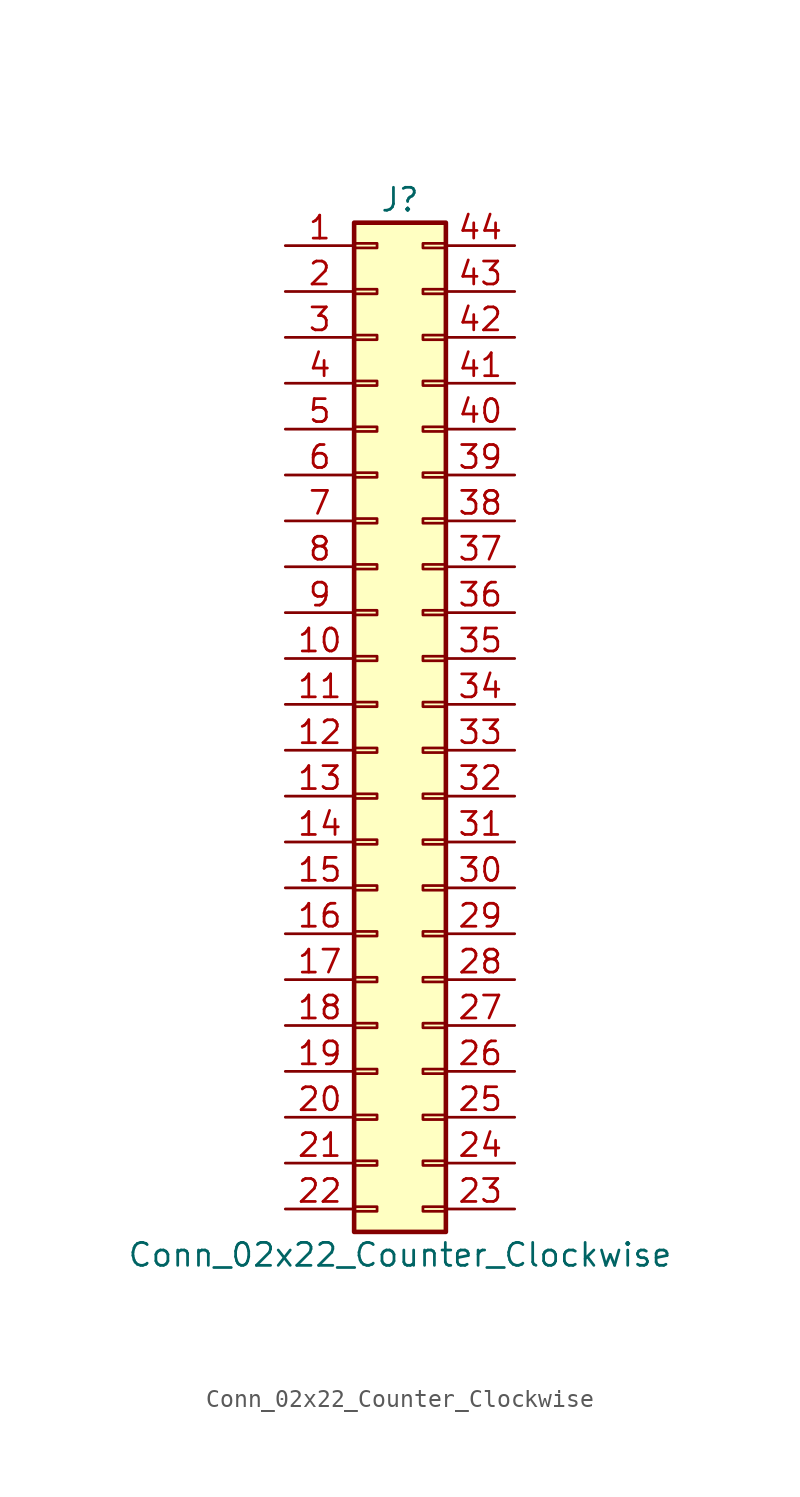
<source format=kicad_sym>
(kicad_symbol_lib
  (version 20220914)
  (generator kicad_symbol_editor)
  (symbol "Conn_02x22_Counter_Clockwise"
    (pin_names
      (offset 1.016) hide)
    (property "Reference" "J"
      (at 1.27 27.94 0)
      (effects (font (size 1.27 1.27))))
    (property "Value" "Conn_02x22_Counter_Clockwise"
      (at 1.27 -30.48 0)
      (effects (font (size 1.27 1.27))))
    (symbol "Conn_02x22_Counter_Clockwise_1_1"
      (rectangle (start -1.27 -27.813) (end 0 -28.067) (stroke (width 0.152) (type solid)) (fill (type none)))
      (rectangle (start -1.27 -25.273) (end 0 -25.527) (stroke (width 0.152) (type solid)) (fill (type none)))
      (rectangle (start -1.27 -22.733) (end 0 -22.987) (stroke (width 0.152) (type solid)) (fill (type none)))
      (rectangle (start -1.27 -20.193) (end 0 -20.447) (stroke (width 0.152) (type solid)) (fill (type none)))
      (rectangle (start -1.27 -17.653) (end 0 -17.907) (stroke (width 0.152) (type solid)) (fill (type none)))
      (rectangle (start -1.27 -15.113) (end 0 -15.367) (stroke (width 0.152) (type solid)) (fill (type none)))
      (rectangle (start -1.27 -12.573) (end 0 -12.827) (stroke (width 0.152) (type solid)) (fill (type none)))
      (rectangle (start -1.27 -10.033) (end 0 -10.287) (stroke (width 0.152) (type solid)) (fill (type none)))
      (rectangle (start -1.27 -7.493) (end 0 -7.747) (stroke (width 0.152) (type solid)) (fill (type none)))
      (rectangle (start -1.27 -4.953) (end 0 -5.207) (stroke (width 0.152) (type solid)) (fill (type none)))
      (rectangle (start -1.27 -2.413) (end 0 -2.667) (stroke (width 0.152) (type solid)) (fill (type none)))
      (rectangle (start -1.27 0.127) (end 0 -0.127) (stroke (width 0.152) (type solid)) (fill (type none)))
      (rectangle (start -1.27 2.667) (end 0 2.413) (stroke (width 0.152) (type solid)) (fill (type none)))
      (rectangle (start -1.27 5.207) (end 0 4.953) (stroke (width 0.152) (type solid)) (fill (type none)))
      (rectangle (start -1.27 7.747) (end 0 7.493) (stroke (width 0.152) (type solid)) (fill (type none)))
      (rectangle (start -1.27 10.287) (end 0 10.033) (stroke (width 0.152) (type solid)) (fill (type none)))
      (rectangle (start -1.27 12.827) (end 0 12.573) (stroke (width 0.152) (type solid)) (fill (type none)))
      (rectangle (start -1.27 15.367) (end 0 15.113) (stroke (width 0.152) (type solid)) (fill (type none)))
      (rectangle (start -1.27 17.907) (end 0 17.653) (stroke (width 0.152) (type solid)) (fill (type none)))
      (rectangle (start -1.27 20.447) (end 0 20.193) (stroke (width 0.152) (type solid)) (fill (type none)))
      (rectangle (start -1.27 22.987) (end 0 22.733) (stroke (width 0.152) (type solid)) (fill (type none)))
      (rectangle (start -1.27 25.527) (end 0 25.273) (stroke (width 0.152) (type solid)) (fill (type none)))
      (rectangle (start -1.27 26.67) (end 3.81 -29.21) (stroke (width 0.254) (type solid)) (fill (type background)))
      (rectangle (start 3.81 -27.813) (end 2.54 -28.067) (stroke (width 0.152) (type solid)) (fill (type none)))
      (rectangle (start 3.81 -25.273) (end 2.54 -25.527) (stroke (width 0.152) (type solid)) (fill (type none)))
      (rectangle (start 3.81 -22.733) (end 2.54 -22.987) (stroke (width 0.152) (type solid)) (fill (type none)))
      (rectangle (start 3.81 -20.193) (end 2.54 -20.447) (stroke (width 0.152) (type solid)) (fill (type none)))
      (rectangle (start 3.81 -17.653) (end 2.54 -17.907) (stroke (width 0.152) (type solid)) (fill (type none)))
      (rectangle (start 3.81 -15.113) (end 2.54 -15.367) (stroke (width 0.152) (type solid)) (fill (type none)))
      (rectangle (start 3.81 -12.573) (end 2.54 -12.827) (stroke (width 0.152) (type solid)) (fill (type none)))
      (rectangle (start 3.81 -10.033) (end 2.54 -10.287) (stroke (width 0.152) (type solid)) (fill (type none)))
      (rectangle (start 3.81 -7.493) (end 2.54 -7.747) (stroke (width 0.152) (type solid)) (fill (type none)))
      (rectangle (start 3.81 -4.953) (end 2.54 -5.207) (stroke (width 0.152) (type solid)) (fill (type none)))
      (rectangle (start 3.81 -2.413) (end 2.54 -2.667) (stroke (width 0.152) (type solid)) (fill (type none)))
      (rectangle (start 3.81 0.127) (end 2.54 -0.127) (stroke (width 0.152) (type solid)) (fill (type none)))
      (rectangle (start 3.81 2.667) (end 2.54 2.413) (stroke (width 0.152) (type solid)) (fill (type none)))
      (rectangle (start 3.81 5.207) (end 2.54 4.953) (stroke (width 0.152) (type solid)) (fill (type none)))
      (rectangle (start 3.81 7.747) (end 2.54 7.493) (stroke (width 0.152) (type solid)) (fill (type none)))
      (rectangle (start 3.81 10.287) (end 2.54 10.033) (stroke (width 0.152) (type solid)) (fill (type none)))
      (rectangle (start 3.81 12.827) (end 2.54 12.573) (stroke (width 0.152) (type solid)) (fill (type none)))
      (rectangle (start 3.81 15.367) (end 2.54 15.113) (stroke (width 0.152) (type solid)) (fill (type none)))
      (rectangle (start 3.81 17.907) (end 2.54 17.653) (stroke (width 0.152) (type solid)) (fill (type none)))
      (rectangle (start 3.81 20.447) (end 2.54 20.193) (stroke (width 0.152) (type solid)) (fill (type none)))
      (rectangle (start 3.81 22.987) (end 2.54 22.733) (stroke (width 0.152) (type solid)) (fill (type none)))
      (rectangle (start 3.81 25.527) (end 2.54 25.273) (stroke (width 0.152) (type solid)) (fill (type none)))
      (pin passive line (at -5.08 25.4 0) (length 3.81) (name "Pin_1" (effects (font (size 1.27 1.27)))) (number "1" (effects (font (size 1.27 1.27)))))
      (pin passive line (at -5.08 2.54 0) (length 3.81) (name "Pin_10" (effects (font (size 1.27 1.27)))) (number "10" (effects (font (size 1.27 1.27)))))
      (pin passive line (at -5.08 0 0) (length 3.81) (name "Pin_11" (effects (font (size 1.27 1.27)))) (number "11" (effects (font (size 1.27 1.27)))))
      (pin passive line (at -5.08 -2.54 0) (length 3.81) (name "Pin_12" (effects (font (size 1.27 1.27)))) (number "12" (effects (font (size 1.27 1.27)))))
      (pin passive line (at -5.08 -5.08 0) (length 3.81) (name "Pin_13" (effects (font (size 1.27 1.27)))) (number "13" (effects (font (size 1.27 1.27)))))
      (pin passive line (at -5.08 -7.62 0) (length 3.81) (name "Pin_14" (effects (font (size 1.27 1.27)))) (number "14" (effects (font (size 1.27 1.27)))))
      (pin passive line (at -5.08 -10.16 0) (length 3.81) (name "Pin_15" (effects (font (size 1.27 1.27)))) (number "15" (effects (font (size 1.27 1.27)))))
      (pin passive line (at -5.08 -12.7 0) (length 3.81) (name "Pin_16" (effects (font (size 1.27 1.27)))) (number "16" (effects (font (size 1.27 1.27)))))
      (pin passive line (at -5.08 -15.24 0) (length 3.81) (name "Pin_17" (effects (font (size 1.27 1.27)))) (number "17" (effects (font (size 1.27 1.27)))))
      (pin passive line (at -5.08 -17.78 0) (length 3.81) (name "Pin_18" (effects (font (size 1.27 1.27)))) (number "18" (effects (font (size 1.27 1.27)))))
      (pin passive line (at -5.08 -20.32 0) (length 3.81) (name "Pin_19" (effects (font (size 1.27 1.27)))) (number "19" (effects (font (size 1.27 1.27)))))
      (pin passive line (at -5.08 22.86 0) (length 3.81) (name "Pin_2" (effects (font (size 1.27 1.27)))) (number "2" (effects (font (size 1.27 1.27)))))
      (pin passive line (at -5.08 -22.86 0) (length 3.81) (name "Pin_20" (effects (font (size 1.27 1.27)))) (number "20" (effects (font (size 1.27 1.27)))))
      (pin passive line (at -5.08 -25.4 0) (length 3.81) (name "Pin_21" (effects (font (size 1.27 1.27)))) (number "21" (effects (font (size 1.27 1.27)))))
      (pin passive line (at -5.08 -27.94 0) (length 3.81) (name "Pin_22" (effects (font (size 1.27 1.27)))) (number "22" (effects (font (size 1.27 1.27)))))
      (pin passive line (at 7.62 -27.94 180) (length 3.81) (name "Pin_23" (effects (font (size 1.27 1.27)))) (number "23" (effects (font (size 1.27 1.27)))))
      (pin passive line (at 7.62 -25.4 180) (length 3.81) (name "Pin_24" (effects (font (size 1.27 1.27)))) (number "24" (effects (font (size 1.27 1.27)))))
      (pin passive line (at 7.62 -22.86 180) (length 3.81) (name "Pin_25" (effects (font (size 1.27 1.27)))) (number "25" (effects (font (size 1.27 1.27)))))
      (pin passive line (at 7.62 -20.32 180) (length 3.81) (name "Pin_26" (effects (font (size 1.27 1.27)))) (number "26" (effects (font (size 1.27 1.27)))))
      (pin passive line (at 7.62 -17.78 180) (length 3.81) (name "Pin_27" (effects (font (size 1.27 1.27)))) (number "27" (effects (font (size 1.27 1.27)))))
      (pin passive line (at 7.62 -15.24 180) (length 3.81) (name "Pin_28" (effects (font (size 1.27 1.27)))) (number "28" (effects (font (size 1.27 1.27)))))
      (pin passive line (at 7.62 -12.7 180) (length 3.81) (name "Pin_29" (effects (font (size 1.27 1.27)))) (number "29" (effects (font (size 1.27 1.27)))))
      (pin passive line (at -5.08 20.32 0) (length 3.81) (name "Pin_3" (effects (font (size 1.27 1.27)))) (number "3" (effects (font (size 1.27 1.27)))))
      (pin passive line (at 7.62 -10.16 180) (length 3.81) (name "Pin_30" (effects (font (size 1.27 1.27)))) (number "30" (effects (font (size 1.27 1.27)))))
      (pin passive line (at 7.62 -7.62 180) (length 3.81) (name "Pin_31" (effects (font (size 1.27 1.27)))) (number "31" (effects (font (size 1.27 1.27)))))
      (pin passive line (at 7.62 -5.08 180) (length 3.81) (name "Pin_32" (effects (font (size 1.27 1.27)))) (number "32" (effects (font (size 1.27 1.27)))))
      (pin passive line (at 7.62 -2.54 180) (length 3.81) (name "Pin_33" (effects (font (size 1.27 1.27)))) (number "33" (effects (font (size 1.27 1.27)))))
      (pin passive line (at 7.62 0 180) (length 3.81) (name "Pin_34" (effects (font (size 1.27 1.27)))) (number "34" (effects (font (size 1.27 1.27)))))
      (pin passive line (at 7.62 2.54 180) (length 3.81) (name "Pin_35" (effects (font (size 1.27 1.27)))) (number "35" (effects (font (size 1.27 1.27)))))
      (pin passive line (at 7.62 5.08 180) (length 3.81) (name "Pin_36" (effects (font (size 1.27 1.27)))) (number "36" (effects (font (size 1.27 1.27)))))
      (pin passive line (at 7.62 7.62 180) (length 3.81) (name "Pin_37" (effects (font (size 1.27 1.27)))) (number "37" (effects (font (size 1.27 1.27)))))
      (pin passive line (at 7.62 10.16 180) (length 3.81) (name "Pin_38" (effects (font (size 1.27 1.27)))) (number "38" (effects (font (size 1.27 1.27)))))
      (pin passive line (at 7.62 12.7 180) (length 3.81) (name "Pin_39" (effects (font (size 1.27 1.27)))) (number "39" (effects (font (size 1.27 1.27)))))
      (pin passive line (at -5.08 17.78 0) (length 3.81) (name "Pin_4" (effects (font (size 1.27 1.27)))) (number "4" (effects (font (size 1.27 1.27)))))
      (pin passive line (at 7.62 15.24 180) (length 3.81) (name "Pin_40" (effects (font (size 1.27 1.27)))) (number "40" (effects (font (size 1.27 1.27)))))
      (pin passive line (at 7.62 17.78 180) (length 3.81) (name "Pin_41" (effects (font (size 1.27 1.27)))) (number "41" (effects (font (size 1.27 1.27)))))
      (pin passive line (at 7.62 20.32 180) (length 3.81) (name "Pin_42" (effects (font (size 1.27 1.27)))) (number "42" (effects (font (size 1.27 1.27)))))
      (pin passive line (at 7.62 22.86 180) (length 3.81) (name "Pin_43" (effects (font (size 1.27 1.27)))) (number "43" (effects (font (size 1.27 1.27)))))
      (pin passive line (at 7.62 25.4 180) (length 3.81) (name "Pin_44" (effects (font (size 1.27 1.27)))) (number "44" (effects (font (size 1.27 1.27)))))
      (pin passive line (at -5.08 15.24 0) (length 3.81) (name "Pin_5" (effects (font (size 1.27 1.27)))) (number "5" (effects (font (size 1.27 1.27)))))
      (pin passive line (at -5.08 12.7 0) (length 3.81) (name "Pin_6" (effects (font (size 1.27 1.27)))) (number "6" (effects (font (size 1.27 1.27)))))
      (pin passive line (at -5.08 10.16 0) (length 3.81) (name "Pin_7" (effects (font (size 1.27 1.27)))) (number "7" (effects (font (size 1.27 1.27)))))
      (pin passive line (at -5.08 7.62 0) (length 3.81) (name "Pin_8" (effects (font (size 1.27 1.27)))) (number "8" (effects (font (size 1.27 1.27)))))
      (pin passive line (at -5.08 5.08 0) (length 3.81) (name "Pin_9" (effects (font (size 1.27 1.27)))) (number "9" (effects (font (size 1.27 1.27))))))))
</source>
